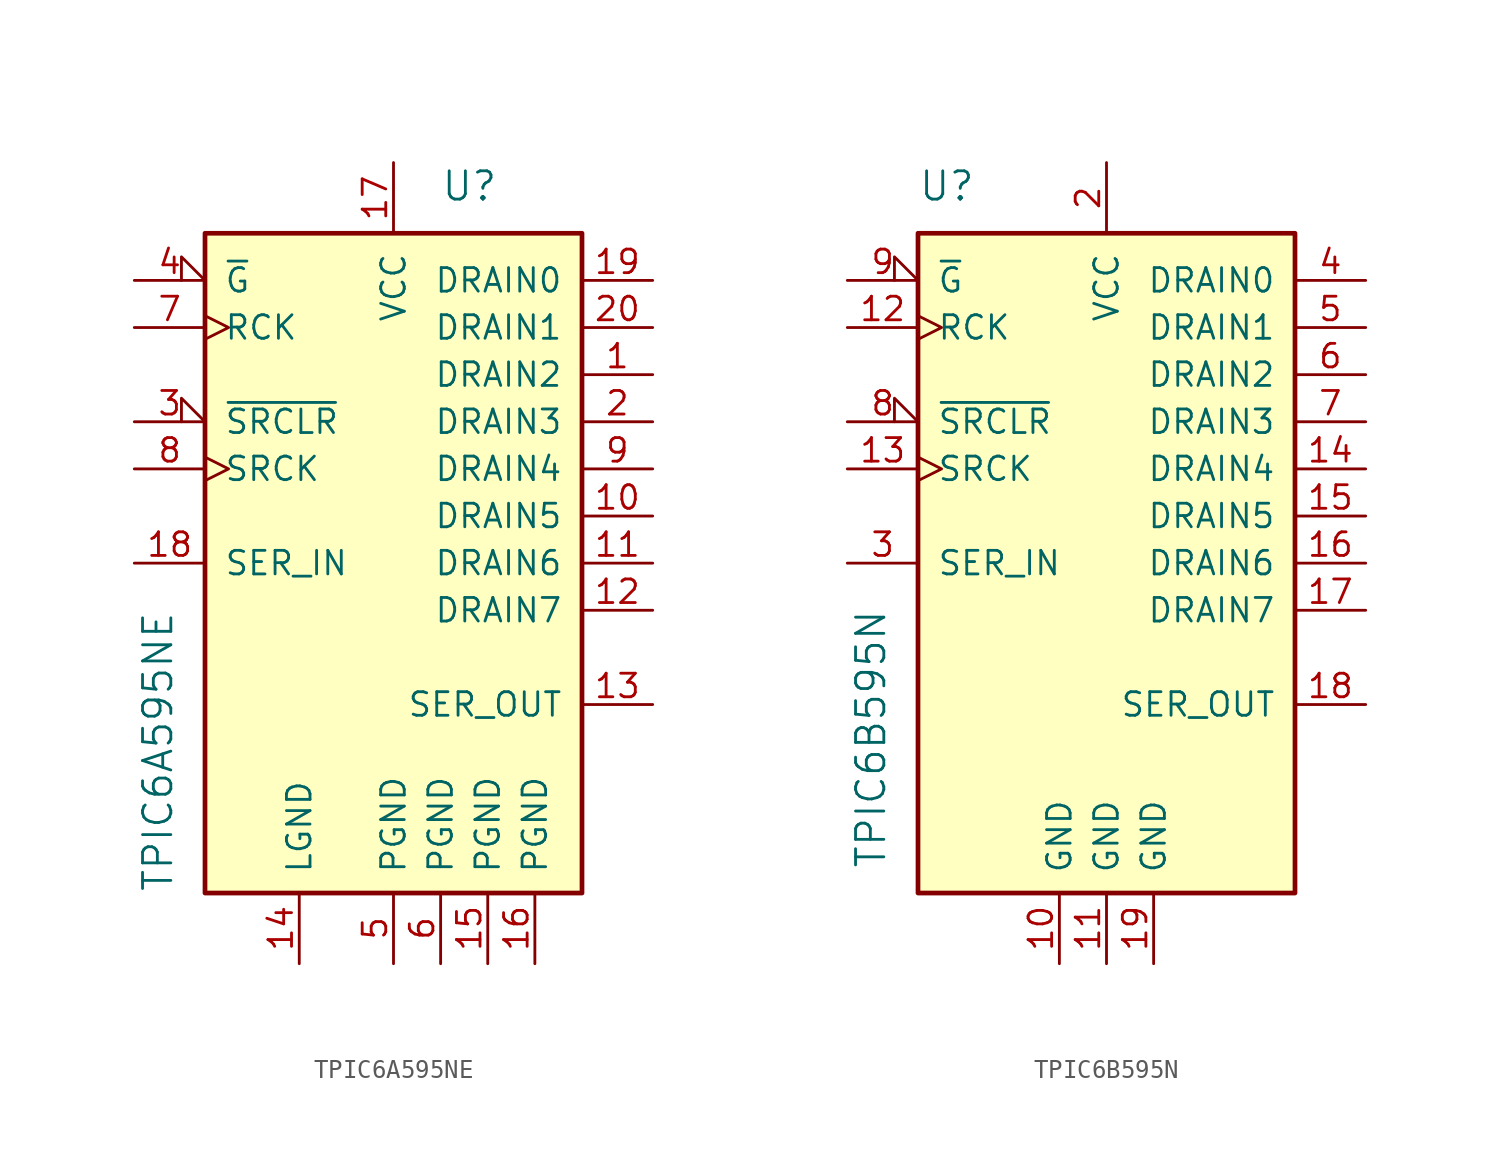
<source format=kicad_sym>
(kicad_symbol_lib
  (version 20211014)
  (generator kicad_symbol_editor)
  (symbol "TPIC6A595NE"
    (pin_names
      (offset 1.016))
    (property "Reference" "U"
      (at 2.54 20.32 0)
      (effects (font (size 1.524 1.524)) (justify left)))
    (property "Value" "TPIC6A595NE"
      (at -12.7 -17.78 90)
      (effects (font (size 1.524 1.524)) (justify left)))
    (symbol "TPIC6A595NE_0_1"
      (rectangle (start -10.16 17.78) (end 10.16 -17.78) (stroke (width 0.254) (type default) (color 0 0 0 0)) (fill (type background))))
    (symbol "TPIC6A595NE_1_1"
      (pin tri_state line (at 13.97 10.16 180) (length 3.81) (name "DRAIN2" (effects (font (size 1.27 1.27)))) (number "1" (effects (font (size 1.27 1.27)))))
      (pin tri_state line (at 13.97 2.54 180) (length 3.81) (name "DRAIN5" (effects (font (size 1.27 1.27)))) (number "10" (effects (font (size 1.27 1.27)))))
      (pin tri_state line (at 13.97 0 180) (length 3.81) (name "DRAIN6" (effects (font (size 1.27 1.27)))) (number "11" (effects (font (size 1.27 1.27)))))
      (pin tri_state line (at 13.97 -2.54 180) (length 3.81) (name "DRAIN7" (effects (font (size 1.27 1.27)))) (number "12" (effects (font (size 1.27 1.27)))))
      (pin output line (at 13.97 -7.62 180) (length 3.81) (name "SER_OUT" (effects (font (size 1.27 1.27)))) (number "13" (effects (font (size 1.27 1.27)))))
      (pin power_in line (at -5.08 -21.59 90) (length 3.81) (name "LGND" (effects (font (size 1.27 1.27)))) (number "14" (effects (font (size 1.27 1.27)))))
      (pin power_in line (at 5.08 -21.59 90) (length 3.81) (name "PGND" (effects (font (size 1.27 1.27)))) (number "15" (effects (font (size 1.27 1.27)))))
      (pin power_in line (at 7.62 -21.59 90) (length 3.81) (name "PGND" (effects (font (size 1.27 1.27)))) (number "16" (effects (font (size 1.27 1.27)))))
      (pin power_in line (at 0 21.59 270) (length 3.81) (name "VCC" (effects (font (size 1.27 1.27)))) (number "17" (effects (font (size 1.27 1.27)))))
      (pin input line (at -13.97 0 0) (length 3.81) (name "SER_IN" (effects (font (size 1.27 1.27)))) (number "18" (effects (font (size 1.27 1.27)))))
      (pin tri_state line (at 13.97 15.24 180) (length 3.81) (name "DRAIN0" (effects (font (size 1.27 1.27)))) (number "19" (effects (font (size 1.27 1.27)))))
      (pin tri_state line (at 13.97 7.62 180) (length 3.81) (name "DRAIN3" (effects (font (size 1.27 1.27)))) (number "2" (effects (font (size 1.27 1.27)))))
      (pin tri_state line (at 13.97 12.7 180) (length 3.81) (name "DRAIN1" (effects (font (size 1.27 1.27)))) (number "20" (effects (font (size 1.27 1.27)))))
      (pin input input_low (at -13.97 7.62 0) (length 3.81) (name "~{SRCLR}" (effects (font (size 1.27 1.27)))) (number "3" (effects (font (size 1.27 1.27)))))
      (pin input input_low (at -13.97 15.24 0) (length 3.81) (name "~{G}" (effects (font (size 1.27 1.27)))) (number "4" (effects (font (size 1.27 1.27)))))
      (pin power_in line (at 0 -21.59 90) (length 3.81) (name "PGND" (effects (font (size 1.27 1.27)))) (number "5" (effects (font (size 1.27 1.27)))))
      (pin power_in line (at 2.54 -21.59 90) (length 3.81) (name "PGND" (effects (font (size 1.27 1.27)))) (number "6" (effects (font (size 1.27 1.27)))))
      (pin input clock (at -13.97 12.7 0) (length 3.81) (name "RCK" (effects (font (size 1.27 1.27)))) (number "7" (effects (font (size 1.27 1.27)))))
      (pin input clock (at -13.97 5.08 0) (length 3.81) (name "SRCK" (effects (font (size 1.27 1.27)))) (number "8" (effects (font (size 1.27 1.27)))))
      (pin tri_state line (at 13.97 5.08 180) (length 3.81) (name "DRAIN4" (effects (font (size 1.27 1.27)))) (number "9" (effects (font (size 1.27 1.27)))))))
  (symbol "TPIC6B595N"
    (pin_names
      (offset 1.016))
    (property "Reference" "U"
      (at -10.16 20.32 0)
      (effects (font (size 1.524 1.524)) (justify left)))
    (property "Value" "TPIC6B595N"
      (at -12.7 -16.51 90)
      (effects (font (size 1.524 1.524)) (justify left)))
    (symbol "TPIC6B595N_0_1"
      (rectangle (start -10.16 17.78) (end 10.16 -17.78) (stroke (width 0.254) (type default) (color 0 0 0 0)) (fill (type background))))
    (symbol "TPIC6B595N_1_1"
      (pin no_connect line (at -13.97 -5.08 0) (length 3.81) hide (name "NC" (effects (font (size 1.27 1.27)))) (number "1" (effects (font (size 1.27 1.27)))))
      (pin power_in line (at -2.54 -21.59 90) (length 3.81) (name "GND" (effects (font (size 1.27 1.27)))) (number "10" (effects (font (size 1.27 1.27)))))
      (pin power_in line (at 0 -21.59 90) (length 3.81) (name "GND" (effects (font (size 1.27 1.27)))) (number "11" (effects (font (size 1.27 1.27)))))
      (pin input clock (at -13.97 12.7 0) (length 3.81) (name "RCK" (effects (font (size 1.27 1.27)))) (number "12" (effects (font (size 1.27 1.27)))))
      (pin input clock (at -13.97 5.08 0) (length 3.81) (name "SRCK" (effects (font (size 1.27 1.27)))) (number "13" (effects (font (size 1.27 1.27)))))
      (pin tri_state line (at 13.97 5.08 180) (length 3.81) (name "DRAIN4" (effects (font (size 1.27 1.27)))) (number "14" (effects (font (size 1.27 1.27)))))
      (pin tri_state line (at 13.97 2.54 180) (length 3.81) (name "DRAIN5" (effects (font (size 1.27 1.27)))) (number "15" (effects (font (size 1.27 1.27)))))
      (pin tri_state line (at 13.97 0 180) (length 3.81) (name "DRAIN6" (effects (font (size 1.27 1.27)))) (number "16" (effects (font (size 1.27 1.27)))))
      (pin tri_state line (at 13.97 -2.54 180) (length 3.81) (name "DRAIN7" (effects (font (size 1.27 1.27)))) (number "17" (effects (font (size 1.27 1.27)))))
      (pin output line (at 13.97 -7.62 180) (length 3.81) (name "SER_OUT" (effects (font (size 1.27 1.27)))) (number "18" (effects (font (size 1.27 1.27)))))
      (pin power_in line (at 2.54 -21.59 90) (length 3.81) (name "GND" (effects (font (size 1.27 1.27)))) (number "19" (effects (font (size 1.27 1.27)))))
      (pin power_in line (at 0 21.59 270) (length 3.81) (name "VCC" (effects (font (size 1.27 1.27)))) (number "2" (effects (font (size 1.27 1.27)))))
      (pin no_connect line (at -13.97 -7.62 0) (length 3.81) hide (name "NC" (effects (font (size 1.27 1.27)))) (number "20" (effects (font (size 1.27 1.27)))))
      (pin input line (at -13.97 0 0) (length 3.81) (name "SER_IN" (effects (font (size 1.27 1.27)))) (number "3" (effects (font (size 1.27 1.27)))))
      (pin tri_state line (at 13.97 15.24 180) (length 3.81) (name "DRAIN0" (effects (font (size 1.27 1.27)))) (number "4" (effects (font (size 1.27 1.27)))))
      (pin tri_state line (at 13.97 12.7 180) (length 3.81) (name "DRAIN1" (effects (font (size 1.27 1.27)))) (number "5" (effects (font (size 1.27 1.27)))))
      (pin tri_state line (at 13.97 10.16 180) (length 3.81) (name "DRAIN2" (effects (font (size 1.27 1.27)))) (number "6" (effects (font (size 1.27 1.27)))))
      (pin tri_state line (at 13.97 7.62 180) (length 3.81) (name "DRAIN3" (effects (font (size 1.27 1.27)))) (number "7" (effects (font (size 1.27 1.27)))))
      (pin input input_low (at -13.97 7.62 0) (length 3.81) (name "~{SRCLR}" (effects (font (size 1.27 1.27)))) (number "8" (effects (font (size 1.27 1.27)))))
      (pin input input_low (at -13.97 15.24 0) (length 3.81) (name "~{G}" (effects (font (size 1.27 1.27)))) (number "9" (effects (font (size 1.27 1.27))))))))
</source>
